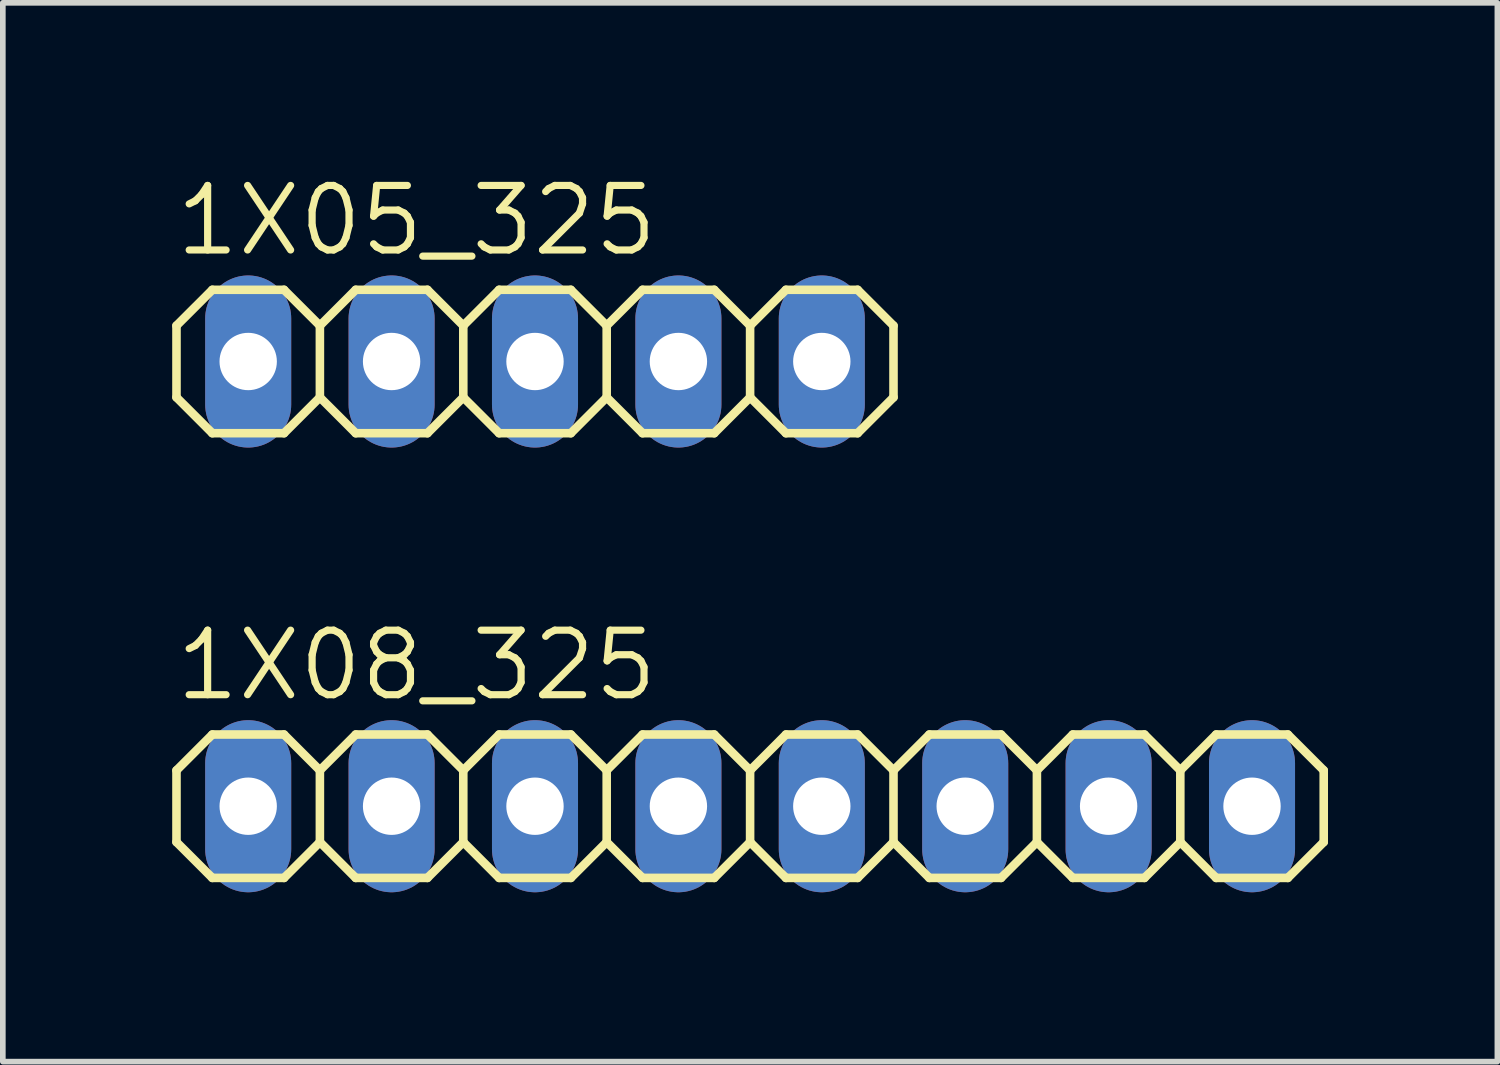
<source format=kicad_pcb>
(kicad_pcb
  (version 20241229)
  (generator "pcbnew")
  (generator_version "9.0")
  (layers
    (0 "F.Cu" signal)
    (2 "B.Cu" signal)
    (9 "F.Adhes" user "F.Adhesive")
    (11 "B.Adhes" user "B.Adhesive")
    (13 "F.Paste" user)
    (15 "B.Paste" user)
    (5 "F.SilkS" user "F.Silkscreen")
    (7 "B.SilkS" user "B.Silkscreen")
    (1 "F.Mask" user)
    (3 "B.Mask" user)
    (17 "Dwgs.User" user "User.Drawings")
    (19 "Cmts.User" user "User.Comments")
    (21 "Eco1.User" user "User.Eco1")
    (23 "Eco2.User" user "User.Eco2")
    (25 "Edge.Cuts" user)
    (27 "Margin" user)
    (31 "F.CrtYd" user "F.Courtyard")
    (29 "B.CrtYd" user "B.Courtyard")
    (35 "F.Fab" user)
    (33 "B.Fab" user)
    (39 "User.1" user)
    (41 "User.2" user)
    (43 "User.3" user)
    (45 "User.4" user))
  (footprint "1X08_325"
    (layer "F.Cu")
    (at 10.236 11.23)
    (property "Reference" "1X08_325" (at -10.236 -1.829 0) (unlocked yes) (layer "F.SilkS") (effects (font (size 1.143 1.143) (thickness 0.127)) (justify left bottom)))
    (fp_line (start -10.16 -0.635) (end -10.16 0.635) (stroke (width 0.152) (type solid)) (layer "F.SilkS"))
    (fp_line (start -10.16 0.635) (end -9.525 1.27) (stroke (width 0.152) (type solid)) (layer "F.SilkS"))
    (fp_line (start -9.525 -1.27) (end -10.16 -0.635) (stroke (width 0.152) (type solid)) (layer "F.SilkS"))
    (fp_line (start -9.525 -1.27) (end -8.255 -1.27) (stroke (width 0.152) (type solid)) (layer "F.SilkS"))
    (fp_line (start -8.255 -1.27) (end -7.62 -0.635) (stroke (width 0.152) (type solid)) (layer "F.SilkS"))
    (fp_line (start -8.255 1.27) (end -9.525 1.27) (stroke (width 0.152) (type solid)) (layer "F.SilkS"))
    (fp_line (start -7.62 -0.635) (end -7.62 0.635) (stroke (width 0.152) (type solid)) (layer "F.SilkS"))
    (fp_line (start -7.62 -0.635) (end -6.985 -1.27) (stroke (width 0.152) (type solid)) (layer "F.SilkS"))
    (fp_line (start -7.62 0.635) (end -8.255 1.27) (stroke (width 0.152) (type solid)) (layer "F.SilkS"))
    (fp_line (start -6.985 -1.27) (end -5.715 -1.27) (stroke (width 0.152) (type solid)) (layer "F.SilkS"))
    (fp_line (start -6.985 1.27) (end -7.62 0.635) (stroke (width 0.152) (type solid)) (layer "F.SilkS"))
    (fp_line (start -5.715 -1.27) (end -5.08 -0.635) (stroke (width 0.152) (type solid)) (layer "F.SilkS"))
    (fp_line (start -5.715 1.27) (end -6.985 1.27) (stroke (width 0.152) (type solid)) (layer "F.SilkS"))
    (fp_line (start -5.08 -0.635) (end -5.08 0.635) (stroke (width 0.152) (type solid)) (layer "F.SilkS"))
    (fp_line (start -5.08 -0.635) (end -4.445 -1.27) (stroke (width 0.152) (type solid)) (layer "F.SilkS"))
    (fp_line (start -5.08 0.635) (end -5.715 1.27) (stroke (width 0.152) (type solid)) (layer "F.SilkS"))
    (fp_line (start -4.445 -1.27) (end -3.175 -1.27) (stroke (width 0.152) (type solid)) (layer "F.SilkS"))
    (fp_line (start -4.445 1.27) (end -5.08 0.635) (stroke (width 0.152) (type solid)) (layer "F.SilkS"))
    (fp_line (start -3.175 -1.27) (end -2.54 -0.635) (stroke (width 0.152) (type solid)) (layer "F.SilkS"))
    (fp_line (start -3.175 1.27) (end -4.445 1.27) (stroke (width 0.152) (type solid)) (layer "F.SilkS"))
    (fp_line (start -2.54 -0.635) (end -2.54 0.635) (stroke (width 0.152) (type solid)) (layer "F.SilkS"))
    (fp_line (start -2.54 0.635) (end -3.175 1.27) (stroke (width 0.152) (type solid)) (layer "F.SilkS"))
    (fp_line (start -2.54 0.635) (end -1.905 1.27) (stroke (width 0.152) (type solid)) (layer "F.SilkS"))
    (fp_line (start -1.905 -1.27) (end -2.54 -0.635) (stroke (width 0.152) (type solid)) (layer "F.SilkS"))
    (fp_line (start -1.905 -1.27) (end -0.635 -1.27) (stroke (width 0.152) (type solid)) (layer "F.SilkS"))
    (fp_line (start -0.635 -1.27) (end 0 -0.635) (stroke (width 0.152) (type solid)) (layer "F.SilkS"))
    (fp_line (start -0.635 1.27) (end -1.905 1.27) (stroke (width 0.152) (type solid)) (layer "F.SilkS"))
    (fp_line (start 0 -0.635) (end 0 0.635) (stroke (width 0.152) (type solid)) (layer "F.SilkS"))
    (fp_line (start 0 -0.635) (end 0.635 -1.27) (stroke (width 0.152) (type solid)) (layer "F.SilkS"))
    (fp_line (start 0 0.635) (end -0.635 1.27) (stroke (width 0.152) (type solid)) (layer "F.SilkS"))
    (fp_line (start 0.635 -1.27) (end 1.905 -1.27) (stroke (width 0.152) (type solid)) (layer "F.SilkS"))
    (fp_line (start 0.635 1.27) (end 0 0.635) (stroke (width 0.152) (type solid)) (layer "F.SilkS"))
    (fp_line (start 1.905 -1.27) (end 2.54 -0.635) (stroke (width 0.152) (type solid)) (layer "F.SilkS"))
    (fp_line (start 1.905 1.27) (end 0.635 1.27) (stroke (width 0.152) (type solid)) (layer "F.SilkS"))
    (fp_line (start 2.54 -0.635) (end 2.54 0.635) (stroke (width 0.152) (type solid)) (layer "F.SilkS"))
    (fp_line (start 2.54 -0.635) (end 3.175 -1.27) (stroke (width 0.152) (type solid)) (layer "F.SilkS"))
    (fp_line (start 2.54 0.635) (end 1.905 1.27) (stroke (width 0.152) (type solid)) (layer "F.SilkS"))
    (fp_line (start 3.175 -1.27) (end 4.445 -1.27) (stroke (width 0.152) (type solid)) (layer "F.SilkS"))
    (fp_line (start 3.175 1.27) (end 2.54 0.635) (stroke (width 0.152) (type solid)) (layer "F.SilkS"))
    (fp_line (start 4.445 -1.27) (end 5.08 -0.635) (stroke (width 0.152) (type solid)) (layer "F.SilkS"))
    (fp_line (start 4.445 1.27) (end 3.175 1.27) (stroke (width 0.152) (type solid)) (layer "F.SilkS"))
    (fp_line (start 5.08 -0.635) (end 5.08 0.635) (stroke (width 0.152) (type solid)) (layer "F.SilkS"))
    (fp_line (start 5.08 0.635) (end 4.445 1.27) (stroke (width 0.152) (type solid)) (layer "F.SilkS"))
    (fp_line (start 5.08 0.635) (end 5.715 1.27) (stroke (width 0.152) (type solid)) (layer "F.SilkS"))
    (fp_line (start 5.715 -1.27) (end 5.08 -0.635) (stroke (width 0.152) (type solid)) (layer "F.SilkS"))
    (fp_line (start 5.715 -1.27) (end 6.985 -1.27) (stroke (width 0.152) (type solid)) (layer "F.SilkS"))
    (fp_line (start 6.985 -1.27) (end 7.62 -0.635) (stroke (width 0.152) (type solid)) (layer "F.SilkS"))
    (fp_line (start 6.985 1.27) (end 5.715 1.27) (stroke (width 0.152) (type solid)) (layer "F.SilkS"))
    (fp_line (start 7.62 -0.635) (end 7.62 0.635) (stroke (width 0.152) (type solid)) (layer "F.SilkS"))
    (fp_line (start 7.62 0.635) (end 6.985 1.27) (stroke (width 0.152) (type solid)) (layer "F.SilkS"))
    (fp_line (start 7.62 0.635) (end 8.255 1.27) (stroke (width 0.152) (type solid)) (layer "F.SilkS"))
    (fp_line (start 8.255 -1.27) (end 7.62 -0.635) (stroke (width 0.152) (type solid)) (layer "F.SilkS"))
    (fp_line (start 8.255 -1.27) (end 9.525 -1.27) (stroke (width 0.152) (type solid)) (layer "F.SilkS"))
    (fp_line (start 9.525 -1.27) (end 10.16 -0.635) (stroke (width 0.152) (type solid)) (layer "F.SilkS"))
    (fp_line (start 9.525 1.27) (end 8.255 1.27) (stroke (width 0.152) (type solid)) (layer "F.SilkS"))
    (fp_line (start 10.16 -0.635) (end 10.16 0.635) (stroke (width 0.152) (type solid)) (layer "F.SilkS"))
    (fp_line (start 10.16 0.635) (end 9.525 1.27) (stroke (width 0.152) (type solid)) (layer "F.SilkS"))
    (fp_poly (pts (xy -9.144 0.254) (xy -8.636 0.254) (xy -8.636 -0.254) (xy -9.144 -0.254)) (stroke (width 0.1) (type default)) (fill no) (layer "F.Fab"))
    (fp_poly (pts (xy -6.604 0.254) (xy -6.096 0.254) (xy -6.096 -0.254) (xy -6.604 -0.254)) (stroke (width 0.1) (type default)) (fill no) (layer "F.Fab"))
    (fp_poly (pts (xy -4.064 0.254) (xy -3.556 0.254) (xy -3.556 -0.254) (xy -4.064 -0.254)) (stroke (width 0.1) (type default)) (fill no) (layer "F.Fab"))
    (fp_poly (pts (xy -1.524 0.254) (xy -1.016 0.254) (xy -1.016 -0.254) (xy -1.524 -0.254)) (stroke (width 0.1) (type default)) (fill no) (layer "F.Fab"))
    (fp_poly (pts (xy 1.016 0.254) (xy 1.524 0.254) (xy 1.524 -0.254) (xy 1.016 -0.254)) (stroke (width 0.1) (type default)) (fill no) (layer "F.Fab"))
    (fp_poly (pts (xy 3.556 0.254) (xy 4.064 0.254) (xy 4.064 -0.254) (xy 3.556 -0.254)) (stroke (width 0.1) (type default)) (fill no) (layer "F.Fab"))
    (fp_poly (pts (xy 6.096 0.254) (xy 6.604 0.254) (xy 6.604 -0.254) (xy 6.096 -0.254)) (stroke (width 0.1) (type default)) (fill no) (layer "F.Fab"))
    (fp_poly (pts (xy 8.636 0.254) (xy 9.144 0.254) (xy 9.144 -0.254) (xy 8.636 -0.254)) (stroke (width 0.1) (type default)) (fill no) (layer "F.Fab"))
    (pad "1" thru_hole oval (at -8.89 0 90) (size 3.048 1.524) (drill 1.016) (layers "*.Cu" "*.Mask"))
    (pad "2" thru_hole oval (at -6.35 0 90) (size 3.048 1.524) (drill 1.016) (layers "*.Cu" "*.Mask"))
    (pad "3" thru_hole oval (at -3.81 0 90) (size 3.048 1.524) (drill 1.016) (layers "*.Cu" "*.Mask"))
    (pad "4" thru_hole oval (at -1.27 0 90) (size 3.048 1.524) (drill 1.016) (layers "*.Cu" "*.Mask"))
    (pad "5" thru_hole oval (at 1.27 0 90) (size 3.048 1.524) (drill 1.016) (layers "*.Cu" "*.Mask"))
    (pad "6" thru_hole oval (at 3.81 0 90) (size 3.048 1.524) (drill 1.016) (layers "*.Cu" "*.Mask"))
    (pad "7" thru_hole oval (at 6.35 0 90) (size 3.048 1.524) (drill 1.016) (layers "*.Cu" "*.Mask"))
    (pad "8" thru_hole oval (at 8.89 0 90) (size 3.048 1.524) (drill 1.016) (layers "*.Cu" "*.Mask")))
  (footprint "1X05_325"
    (layer "F.Cu")
    (at 6.426 3.353)
    (property "Reference" "1X05_325" (at -6.426 -1.829 0) (unlocked yes) (layer "F.SilkS") (effects (font (size 1.143 1.143) (thickness 0.127)) (justify left bottom)))
    (fp_line (start -6.35 -0.635) (end -6.35 0.635) (stroke (width 0.152) (type solid)) (layer "F.SilkS"))
    (fp_line (start -6.35 0.635) (end -5.715 1.27) (stroke (width 0.152) (type solid)) (layer "F.SilkS"))
    (fp_line (start -5.715 -1.27) (end -6.35 -0.635) (stroke (width 0.152) (type solid)) (layer "F.SilkS"))
    (fp_line (start -5.715 -1.27) (end -4.445 -1.27) (stroke (width 0.152) (type solid)) (layer "F.SilkS"))
    (fp_line (start -4.445 -1.27) (end -3.81 -0.635) (stroke (width 0.152) (type solid)) (layer "F.SilkS"))
    (fp_line (start -4.445 1.27) (end -5.715 1.27) (stroke (width 0.152) (type solid)) (layer "F.SilkS"))
    (fp_line (start -3.81 -0.635) (end -3.81 0.635) (stroke (width 0.152) (type solid)) (layer "F.SilkS"))
    (fp_line (start -3.81 -0.635) (end -3.175 -1.27) (stroke (width 0.152) (type solid)) (layer "F.SilkS"))
    (fp_line (start -3.81 0.635) (end -4.445 1.27) (stroke (width 0.152) (type solid)) (layer "F.SilkS"))
    (fp_line (start -3.175 -1.27) (end -1.905 -1.27) (stroke (width 0.152) (type solid)) (layer "F.SilkS"))
    (fp_line (start -3.175 1.27) (end -3.81 0.635) (stroke (width 0.152) (type solid)) (layer "F.SilkS"))
    (fp_line (start -1.905 -1.27) (end -1.27 -0.635) (stroke (width 0.152) (type solid)) (layer "F.SilkS"))
    (fp_line (start -1.905 1.27) (end -3.175 1.27) (stroke (width 0.152) (type solid)) (layer "F.SilkS"))
    (fp_line (start -1.27 -0.635) (end -1.27 0.635) (stroke (width 0.152) (type solid)) (layer "F.SilkS"))
    (fp_line (start -1.27 -0.635) (end -0.635 -1.27) (stroke (width 0.152) (type solid)) (layer "F.SilkS"))
    (fp_line (start -1.27 0.635) (end -1.905 1.27) (stroke (width 0.152) (type solid)) (layer "F.SilkS"))
    (fp_line (start -0.635 -1.27) (end 0.635 -1.27) (stroke (width 0.152) (type solid)) (layer "F.SilkS"))
    (fp_line (start -0.635 1.27) (end -1.27 0.635) (stroke (width 0.152) (type solid)) (layer "F.SilkS"))
    (fp_line (start 0.635 -1.27) (end 1.27 -0.635) (stroke (width 0.152) (type solid)) (layer "F.SilkS"))
    (fp_line (start 0.635 1.27) (end -0.635 1.27) (stroke (width 0.152) (type solid)) (layer "F.SilkS"))
    (fp_line (start 1.27 -0.635) (end 1.27 0.635) (stroke (width 0.152) (type solid)) (layer "F.SilkS"))
    (fp_line (start 1.27 0.635) (end 0.635 1.27) (stroke (width 0.152) (type solid)) (layer "F.SilkS"))
    (fp_line (start 1.27 0.635) (end 1.905 1.27) (stroke (width 0.152) (type solid)) (layer "F.SilkS"))
    (fp_line (start 1.905 -1.27) (end 1.27 -0.635) (stroke (width 0.152) (type solid)) (layer "F.SilkS"))
    (fp_line (start 1.905 -1.27) (end 3.175 -1.27) (stroke (width 0.152) (type solid)) (layer "F.SilkS"))
    (fp_line (start 3.175 -1.27) (end 3.81 -0.635) (stroke (width 0.152) (type solid)) (layer "F.SilkS"))
    (fp_line (start 3.175 1.27) (end 1.905 1.27) (stroke (width 0.152) (type solid)) (layer "F.SilkS"))
    (fp_line (start 3.81 -0.635) (end 3.81 0.635) (stroke (width 0.152) (type solid)) (layer "F.SilkS"))
    (fp_line (start 3.81 0.635) (end 3.175 1.27) (stroke (width 0.152) (type solid)) (layer "F.SilkS"))
    (fp_line (start 3.81 0.635) (end 4.445 1.27) (stroke (width 0.152) (type solid)) (layer "F.SilkS"))
    (fp_line (start 4.445 -1.27) (end 3.81 -0.635) (stroke (width 0.152) (type solid)) (layer "F.SilkS"))
    (fp_line (start 4.445 -1.27) (end 5.715 -1.27) (stroke (width 0.152) (type solid)) (layer "F.SilkS"))
    (fp_line (start 5.715 -1.27) (end 6.35 -0.635) (stroke (width 0.152) (type solid)) (layer "F.SilkS"))
    (fp_line (start 5.715 1.27) (end 4.445 1.27) (stroke (width 0.152) (type solid)) (layer "F.SilkS"))
    (fp_line (start 6.35 -0.635) (end 6.35 0.635) (stroke (width 0.152) (type solid)) (layer "F.SilkS"))
    (fp_line (start 6.35 0.635) (end 5.715 1.27) (stroke (width 0.152) (type solid)) (layer "F.SilkS"))
    (fp_poly (pts (xy -5.334 0.254) (xy -4.826 0.254) (xy -4.826 -0.254) (xy -5.334 -0.254)) (stroke (width 0.1) (type default)) (fill no) (layer "F.Fab"))
    (fp_poly (pts (xy -2.794 0.254) (xy -2.286 0.254) (xy -2.286 -0.254) (xy -2.794 -0.254)) (stroke (width 0.1) (type default)) (fill no) (layer "F.Fab"))
    (fp_poly (pts (xy -0.254 0.254) (xy 0.254 0.254) (xy 0.254 -0.254) (xy -0.254 -0.254)) (stroke (width 0.1) (type default)) (fill no) (layer "F.Fab"))
    (fp_poly (pts (xy 2.286 0.254) (xy 2.794 0.254) (xy 2.794 -0.254) (xy 2.286 -0.254)) (stroke (width 0.1) (type default)) (fill no) (layer "F.Fab"))
    (fp_poly (pts (xy 4.826 0.254) (xy 5.334 0.254) (xy 5.334 -0.254) (xy 4.826 -0.254)) (stroke (width 0.1) (type default)) (fill no) (layer "F.Fab"))
    (pad "1" thru_hole oval (at -5.08 0 90) (size 3.048 1.524) (drill 1.016) (layers "*.Cu" "*.Mask"))
    (pad "2" thru_hole oval (at -2.54 0 90) (size 3.048 1.524) (drill 1.016) (layers "*.Cu" "*.Mask"))
    (pad "3" thru_hole oval (at 0 0 90) (size 3.048 1.524) (drill 1.016) (layers "*.Cu" "*.Mask"))
    (pad "4" thru_hole oval (at 2.54 0 90) (size 3.048 1.524) (drill 1.016) (layers "*.Cu" "*.Mask"))
    (pad "5" thru_hole oval (at 5.08 0 90) (size 3.048 1.524) (drill 1.016) (layers "*.Cu" "*.Mask")))
  (gr_rect
    (start -3 -3)
    (end 23.472 15.754)
    (stroke (width 0.1) (type default))
    (fill no)
    (layer "Edge.Cuts")))
</source>
